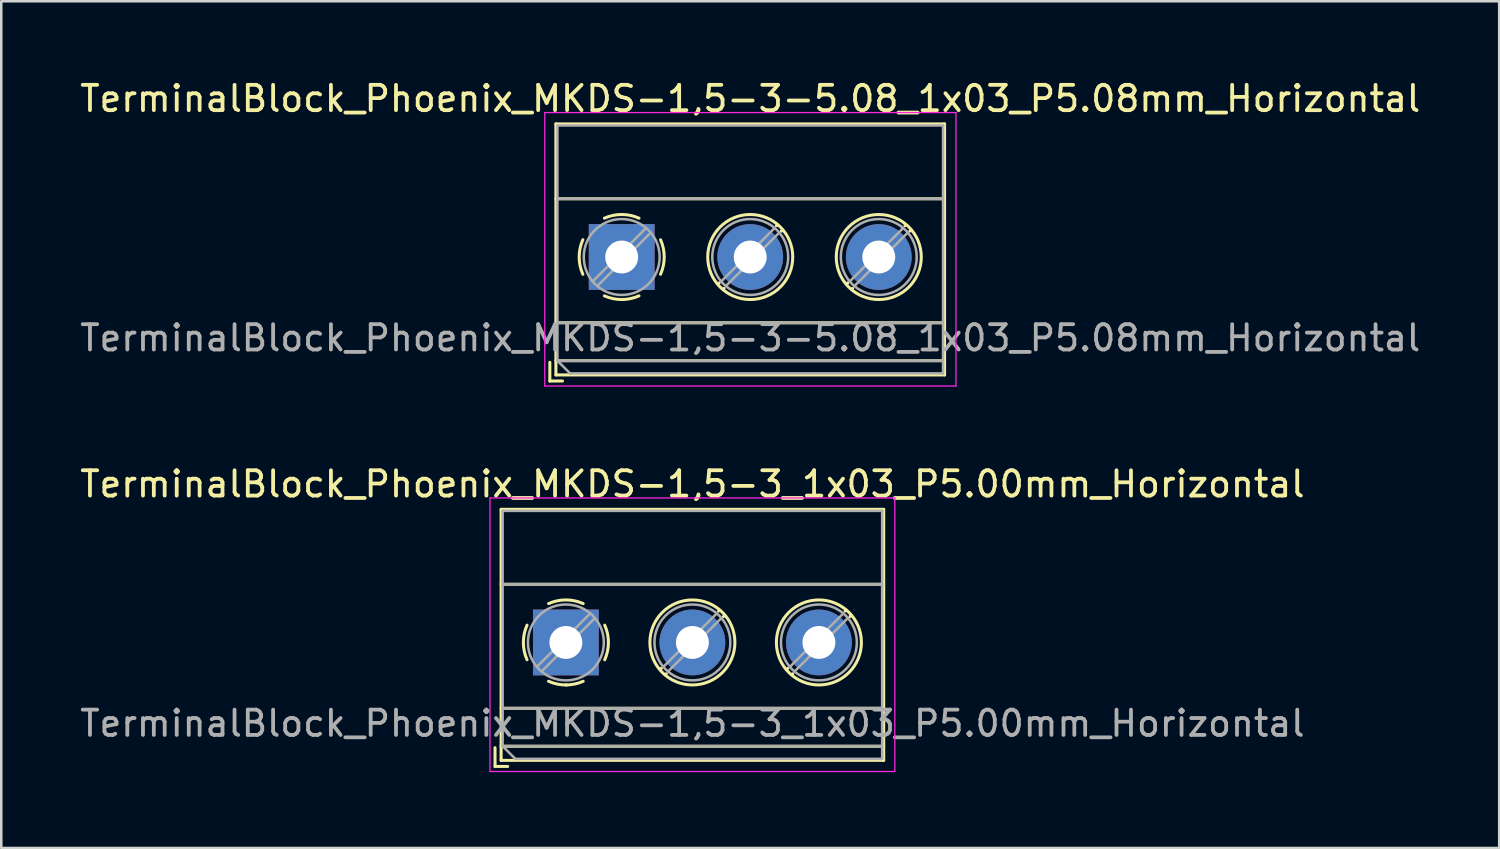
<source format=kicad_pcb>
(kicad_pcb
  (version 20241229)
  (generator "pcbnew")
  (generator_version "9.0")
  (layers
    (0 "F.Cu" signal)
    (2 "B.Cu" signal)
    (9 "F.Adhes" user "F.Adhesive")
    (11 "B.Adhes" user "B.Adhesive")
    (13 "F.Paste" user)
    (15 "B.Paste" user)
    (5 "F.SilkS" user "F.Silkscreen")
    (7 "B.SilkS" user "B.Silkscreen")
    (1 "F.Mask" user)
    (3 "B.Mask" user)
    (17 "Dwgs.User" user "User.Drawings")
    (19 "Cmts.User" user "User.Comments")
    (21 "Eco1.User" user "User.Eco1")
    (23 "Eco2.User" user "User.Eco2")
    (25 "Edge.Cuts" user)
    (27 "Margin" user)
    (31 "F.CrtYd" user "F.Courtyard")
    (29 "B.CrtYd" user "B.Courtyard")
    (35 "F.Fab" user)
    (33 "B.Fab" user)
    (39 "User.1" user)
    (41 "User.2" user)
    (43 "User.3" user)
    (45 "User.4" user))
  (footprint "TerminalBlock_Phoenix_MKDS-1,5-3_1x03_P5.00mm_Horizontal"
    (layer "F.Cu")
    (at 19.315 22.341)
    (property "Reference" "TerminalBlock_Phoenix_MKDS-1,5-3_1x03_P5.00mm_Horizontal" (at 5 -6.26 0) (layer "F.SilkS") (effects (font (size 1 1) (thickness 0.15))))
    (attr through_hole)
    (fp_line (start -2.8 4.16) (end -2.8 4.9) (stroke (width 0.12) (type solid)) (layer "F.SilkS"))
    (fp_line (start -2.8 4.9) (end -2.3 4.9) (stroke (width 0.12) (type solid)) (layer "F.SilkS"))
    (fp_line (start -2.56 -5.261) (end -2.56 4.66) (stroke (width 0.12) (type solid)) (layer "F.SilkS"))
    (fp_line (start -2.56 -5.261) (end 12.56 -5.261) (stroke (width 0.12) (type solid)) (layer "F.SilkS"))
    (fp_line (start -2.56 -2.301) (end 12.56 -2.301) (stroke (width 0.12) (type solid)) (layer "F.SilkS"))
    (fp_line (start -2.56 2.6) (end 12.56 2.6) (stroke (width 0.12) (type solid)) (layer "F.SilkS"))
    (fp_line (start -2.56 4.1) (end 12.56 4.1) (stroke (width 0.12) (type solid)) (layer "F.SilkS"))
    (fp_line (start -2.56 4.66) (end 12.56 4.66) (stroke (width 0.12) (type solid)) (layer "F.SilkS"))
    (fp_line (start 3.773 1.023) (end 3.726 1.069) (stroke (width 0.12) (type solid)) (layer "F.SilkS"))
    (fp_line (start 3.966 1.239) (end 3.931 1.274) (stroke (width 0.12) (type solid)) (layer "F.SilkS"))
    (fp_line (start 6.07 -1.275) (end 6.035 -1.239) (stroke (width 0.12) (type solid)) (layer "F.SilkS"))
    (fp_line (start 6.275 -1.069) (end 6.228 -1.023) (stroke (width 0.12) (type solid)) (layer "F.SilkS"))
    (fp_line (start 8.773 1.023) (end 8.726 1.069) (stroke (width 0.12) (type solid)) (layer "F.SilkS"))
    (fp_line (start 8.966 1.239) (end 8.931 1.274) (stroke (width 0.12) (type solid)) (layer "F.SilkS"))
    (fp_line (start 11.07 -1.275) (end 11.035 -1.239) (stroke (width 0.12) (type solid)) (layer "F.SilkS"))
    (fp_line (start 11.275 -1.069) (end 11.228 -1.023) (stroke (width 0.12) (type solid)) (layer "F.SilkS"))
    (fp_line (start 12.56 -5.261) (end 12.56 4.66) (stroke (width 0.12) (type solid)) (layer "F.SilkS"))
    (fp_arc (start -1.535427 0.683042) (mid -1.680501 -0.000524) (end -1.535 -0.684) (stroke (width 0.12) (type solid)) (layer "F.SilkS"))
    (fp_arc (start -0.683042 -1.535427) (mid 0.000524 -1.680501) (end 0.684 -1.535) (stroke (width 0.12) (type solid)) (layer "F.SilkS"))
    (fp_arc (start 0.028805 1.680253) (mid -0.335551 1.646659) (end -0.684 1.535) (stroke (width 0.12) (type solid)) (layer "F.SilkS"))
    (fp_arc (start 0.683318 1.534756) (mid 0.349292 1.643288) (end 0 1.68) (stroke (width 0.12) (type solid)) (layer "F.SilkS"))
    (fp_arc (start 1.535427 -0.683042) (mid 1.680501 0.000524) (end 1.535 0.684) (stroke (width 0.12) (type solid)) (layer "F.SilkS"))
    (fp_circle (center 5 0) (end 6.68 0) (stroke (width 0.12) (type solid)) (fill no) (layer "F.SilkS"))
    (fp_circle (center 10 0) (end 11.68 0) (stroke (width 0.12) (type solid)) (fill no) (layer "F.SilkS"))
    (fp_line (start -3 -5.71) (end -3 5.1) (stroke (width 0.05) (type solid)) (layer "F.CrtYd"))
    (fp_line (start -3 5.1) (end 13 5.1) (stroke (width 0.05) (type solid)) (layer "F.CrtYd"))
    (fp_line (start 13 -5.71) (end -3 -5.71) (stroke (width 0.05) (type solid)) (layer "F.CrtYd"))
    (fp_line (start 13 5.1) (end 13 -5.71) (stroke (width 0.05) (type solid)) (layer "F.CrtYd"))
    (fp_line (start -2.5 -5.2) (end 12.5 -5.2) (stroke (width 0.1) (type solid)) (layer "F.Fab"))
    (fp_line (start -2.5 -2.3) (end 12.5 -2.3) (stroke (width 0.1) (type solid)) (layer "F.Fab"))
    (fp_line (start -2.5 2.6) (end 12.5 2.6) (stroke (width 0.1) (type solid)) (layer "F.Fab"))
    (fp_line (start -2.5 4.1) (end -2.5 -5.2) (stroke (width 0.1) (type solid)) (layer "F.Fab"))
    (fp_line (start -2.5 4.1) (end 12.5 4.1) (stroke (width 0.1) (type solid)) (layer "F.Fab"))
    (fp_line (start -2 4.6) (end -2.5 4.1) (stroke (width 0.1) (type solid)) (layer "F.Fab"))
    (fp_line (start 0.955 -1.138) (end -1.138 0.955) (stroke (width 0.1) (type solid)) (layer "F.Fab"))
    (fp_line (start 1.138 -0.955) (end -0.955 1.138) (stroke (width 0.1) (type solid)) (layer "F.Fab"))
    (fp_line (start 5.955 -1.138) (end 3.863 0.955) (stroke (width 0.1) (type solid)) (layer "F.Fab"))
    (fp_line (start 6.138 -0.955) (end 4.046 1.138) (stroke (width 0.1) (type solid)) (layer "F.Fab"))
    (fp_line (start 10.955 -1.138) (end 8.863 0.955) (stroke (width 0.1) (type solid)) (layer "F.Fab"))
    (fp_line (start 11.138 -0.955) (end 9.046 1.138) (stroke (width 0.1) (type solid)) (layer "F.Fab"))
    (fp_line (start 12.5 -5.2) (end 12.5 4.6) (stroke (width 0.1) (type solid)) (layer "F.Fab"))
    (fp_line (start 12.5 4.6) (end -2 4.6) (stroke (width 0.1) (type solid)) (layer "F.Fab"))
    (fp_circle (center 0 0) (end 1.5 0) (stroke (width 0.1) (type solid)) (fill no) (layer "F.Fab"))
    (fp_circle (center 5 0) (end 6.5 0) (stroke (width 0.1) (type solid)) (fill no) (layer "F.Fab"))
    (fp_circle (center 10 0) (end 11.5 0) (stroke (width 0.1) (type solid)) (fill no) (layer "F.Fab"))
    (fp_text user "${REFERENCE}" (at 5 3.2 0) (layer "F.Fab") (effects (font (size 1 1) (thickness 0.15))))
    (pad "1" thru_hole rect (at 0 0) (size 2.6 2.6) (drill 1.3) (layers "*.Cu" "*.Mask"))
    (pad "2" thru_hole circle (at 5 0) (size 2.6 2.6) (drill 1.3) (layers "*.Cu" "*.Mask"))
    (pad "3" thru_hole circle (at 10 0) (size 2.6 2.6) (drill 1.3) (layers "*.Cu" "*.Mask")))
  (footprint "TerminalBlock_Phoenix_MKDS-1,5-3-5.08_1x03_P5.08mm_Horizontal"
    (layer "F.Cu")
    (at 21.521 7.108)
    (property "Reference" "TerminalBlock_Phoenix_MKDS-1,5-3-5.08_1x03_P5.08mm_Horizontal" (at 5.08 -6.26 0) (layer "F.SilkS") (effects (font (size 1 1) (thickness 0.15))))
    (attr through_hole)
    (fp_line (start -2.84 4.16) (end -2.84 4.9) (stroke (width 0.12) (type solid)) (layer "F.SilkS"))
    (fp_line (start -2.84 4.9) (end -2.34 4.9) (stroke (width 0.12) (type solid)) (layer "F.SilkS"))
    (fp_line (start -2.6 -5.261) (end -2.6 4.66) (stroke (width 0.12) (type solid)) (layer "F.SilkS"))
    (fp_line (start -2.6 -5.261) (end 12.76 -5.261) (stroke (width 0.12) (type solid)) (layer "F.SilkS"))
    (fp_line (start -2.6 -2.301) (end 12.76 -2.301) (stroke (width 0.12) (type solid)) (layer "F.SilkS"))
    (fp_line (start -2.6 2.6) (end 12.76 2.6) (stroke (width 0.12) (type solid)) (layer "F.SilkS"))
    (fp_line (start -2.6 4.1) (end 12.76 4.1) (stroke (width 0.12) (type solid)) (layer "F.SilkS"))
    (fp_line (start -2.6 4.66) (end 12.76 4.66) (stroke (width 0.12) (type solid)) (layer "F.SilkS"))
    (fp_line (start 3.853 1.023) (end 3.806 1.069) (stroke (width 0.12) (type solid)) (layer "F.SilkS"))
    (fp_line (start 4.046 1.239) (end 4.011 1.274) (stroke (width 0.12) (type solid)) (layer "F.SilkS"))
    (fp_line (start 6.15 -1.275) (end 6.115 -1.239) (stroke (width 0.12) (type solid)) (layer "F.SilkS"))
    (fp_line (start 6.355 -1.069) (end 6.308 -1.023) (stroke (width 0.12) (type solid)) (layer "F.SilkS"))
    (fp_line (start 8.933 1.023) (end 8.886 1.069) (stroke (width 0.12) (type solid)) (layer "F.SilkS"))
    (fp_line (start 9.126 1.239) (end 9.091 1.274) (stroke (width 0.12) (type solid)) (layer "F.SilkS"))
    (fp_line (start 11.23 -1.275) (end 11.195 -1.239) (stroke (width 0.12) (type solid)) (layer "F.SilkS"))
    (fp_line (start 11.435 -1.069) (end 11.388 -1.023) (stroke (width 0.12) (type solid)) (layer "F.SilkS"))
    (fp_line (start 12.76 -5.261) (end 12.76 4.66) (stroke (width 0.12) (type solid)) (layer "F.SilkS"))
    (fp_arc (start -1.535427 0.683042) (mid -1.680501 -0.000524) (end -1.535 -0.684) (stroke (width 0.12) (type solid)) (layer "F.SilkS"))
    (fp_arc (start -0.683042 -1.535427) (mid 0.000524 -1.680501) (end 0.684 -1.535) (stroke (width 0.12) (type solid)) (layer "F.SilkS"))
    (fp_arc (start 0.028805 1.680253) (mid -0.335551 1.646659) (end -0.684 1.535) (stroke (width 0.12) (type solid)) (layer "F.SilkS"))
    (fp_arc (start 0.683318 1.534756) (mid 0.349292 1.643288) (end 0 1.68) (stroke (width 0.12) (type solid)) (layer "F.SilkS"))
    (fp_arc (start 1.535427 -0.683042) (mid 1.680501 0.000524) (end 1.535 0.684) (stroke (width 0.12) (type solid)) (layer "F.SilkS"))
    (fp_circle (center 5.08 0) (end 6.76 0) (stroke (width 0.12) (type solid)) (fill no) (layer "F.SilkS"))
    (fp_circle (center 10.16 0) (end 11.84 0) (stroke (width 0.12) (type solid)) (fill no) (layer "F.SilkS"))
    (fp_line (start -3.04 -5.71) (end -3.04 5.1) (stroke (width 0.05) (type solid)) (layer "F.CrtYd"))
    (fp_line (start -3.04 5.1) (end 13.21 5.1) (stroke (width 0.05) (type solid)) (layer "F.CrtYd"))
    (fp_line (start 13.21 -5.71) (end -3.04 -5.71) (stroke (width 0.05) (type solid)) (layer "F.CrtYd"))
    (fp_line (start 13.21 5.1) (end 13.21 -5.71) (stroke (width 0.05) (type solid)) (layer "F.CrtYd"))
    (fp_line (start -2.54 -5.2) (end 12.7 -5.2) (stroke (width 0.1) (type solid)) (layer "F.Fab"))
    (fp_line (start -2.54 -2.3) (end 12.7 -2.3) (stroke (width 0.1) (type solid)) (layer "F.Fab"))
    (fp_line (start -2.54 2.6) (end 12.7 2.6) (stroke (width 0.1) (type solid)) (layer "F.Fab"))
    (fp_line (start -2.54 4.1) (end -2.54 -5.2) (stroke (width 0.1) (type solid)) (layer "F.Fab"))
    (fp_line (start -2.54 4.1) (end 12.7 4.1) (stroke (width 0.1) (type solid)) (layer "F.Fab"))
    (fp_line (start -2.04 4.6) (end -2.54 4.1) (stroke (width 0.1) (type solid)) (layer "F.Fab"))
    (fp_line (start 0.955 -1.138) (end -1.138 0.955) (stroke (width 0.1) (type solid)) (layer "F.Fab"))
    (fp_line (start 1.138 -0.955) (end -0.955 1.138) (stroke (width 0.1) (type solid)) (layer "F.Fab"))
    (fp_line (start 6.035 -1.138) (end 3.943 0.955) (stroke (width 0.1) (type solid)) (layer "F.Fab"))
    (fp_line (start 6.218 -0.955) (end 4.126 1.138) (stroke (width 0.1) (type solid)) (layer "F.Fab"))
    (fp_line (start 11.115 -1.138) (end 9.023 0.955) (stroke (width 0.1) (type solid)) (layer "F.Fab"))
    (fp_line (start 11.298 -0.955) (end 9.206 1.138) (stroke (width 0.1) (type solid)) (layer "F.Fab"))
    (fp_line (start 12.7 -5.2) (end 12.7 4.6) (stroke (width 0.1) (type solid)) (layer "F.Fab"))
    (fp_line (start 12.7 4.6) (end -2.04 4.6) (stroke (width 0.1) (type solid)) (layer "F.Fab"))
    (fp_circle (center 0 0) (end 1.5 0) (stroke (width 0.1) (type solid)) (fill no) (layer "F.Fab"))
    (fp_circle (center 5.08 0) (end 6.58 0) (stroke (width 0.1) (type solid)) (fill no) (layer "F.Fab"))
    (fp_circle (center 10.16 0) (end 11.66 0) (stroke (width 0.1) (type solid)) (fill no) (layer "F.Fab"))
    (fp_text user "${REFERENCE}" (at 5.08 3.2 0) (layer "F.Fab") (effects (font (size 1 1) (thickness 0.15))))
    (pad "1" thru_hole rect (at 0 0) (size 2.6 2.6) (drill 1.3) (layers "*.Cu" "*.Mask"))
    (pad "2" thru_hole circle (at 5.08 0) (size 2.6 2.6) (drill 1.3) (layers "*.Cu" "*.Mask"))
    (pad "3" thru_hole circle (at 10.16 0) (size 2.6 2.6) (drill 1.3) (layers "*.Cu" "*.Mask")))
  (gr_rect
    (start -3 -3)
    (end 56.202 30.466)
    (stroke (width 0.1) (type default))
    (fill no)
    (layer "Edge.Cuts")))
</source>
